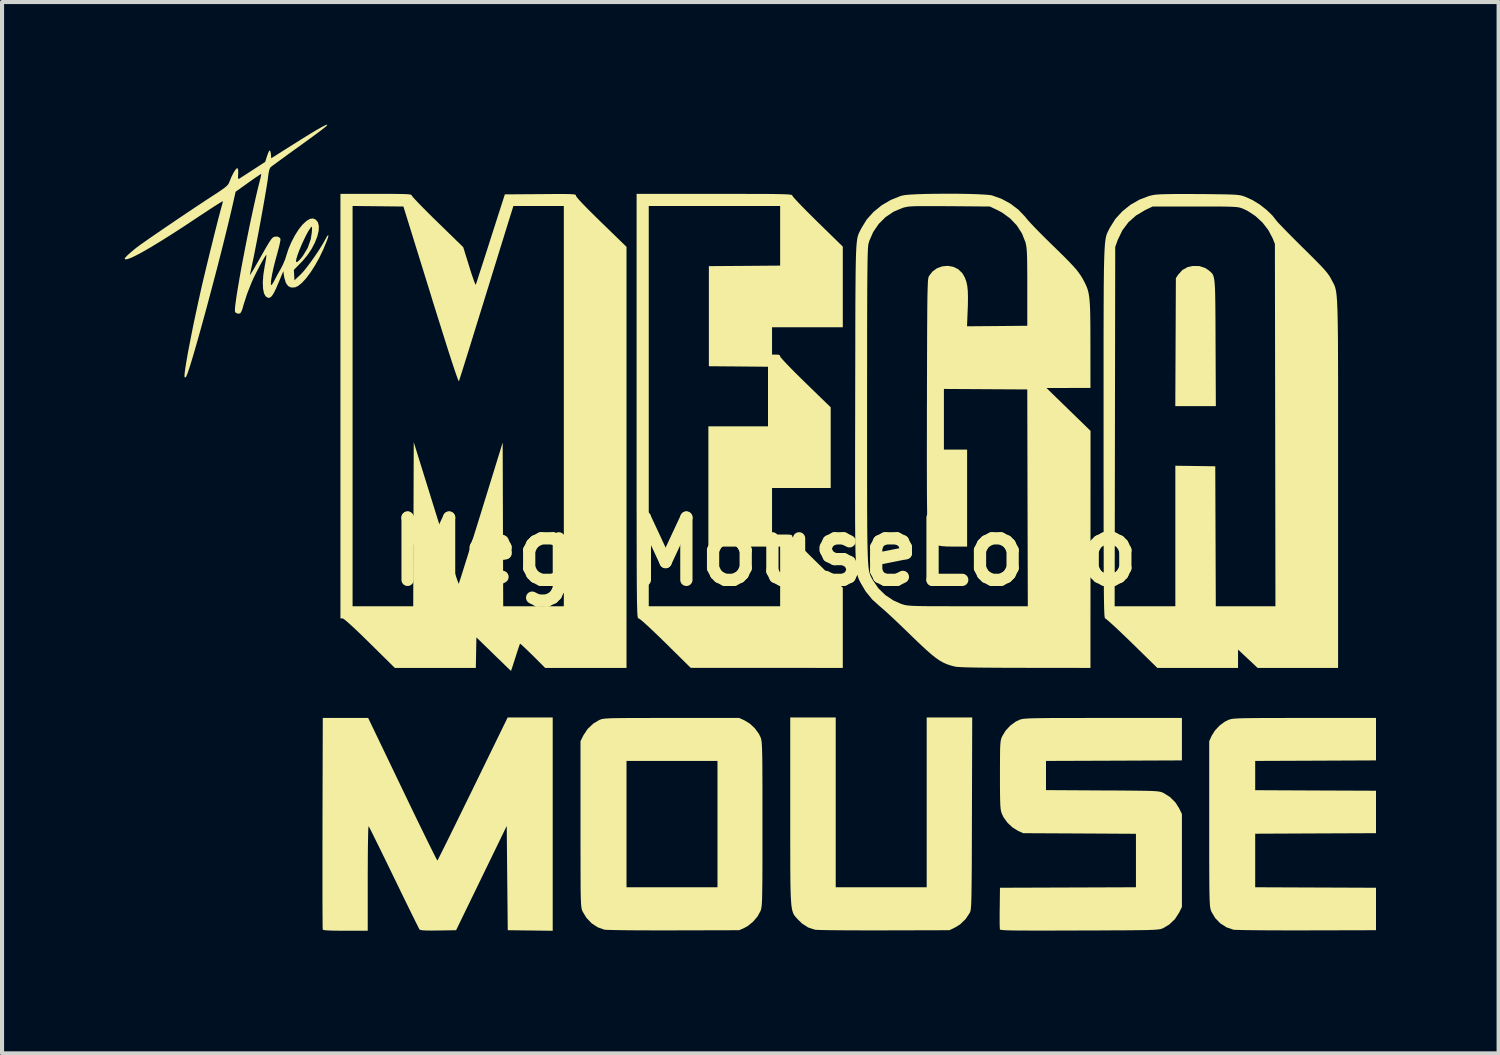
<source format=kicad_pcb>
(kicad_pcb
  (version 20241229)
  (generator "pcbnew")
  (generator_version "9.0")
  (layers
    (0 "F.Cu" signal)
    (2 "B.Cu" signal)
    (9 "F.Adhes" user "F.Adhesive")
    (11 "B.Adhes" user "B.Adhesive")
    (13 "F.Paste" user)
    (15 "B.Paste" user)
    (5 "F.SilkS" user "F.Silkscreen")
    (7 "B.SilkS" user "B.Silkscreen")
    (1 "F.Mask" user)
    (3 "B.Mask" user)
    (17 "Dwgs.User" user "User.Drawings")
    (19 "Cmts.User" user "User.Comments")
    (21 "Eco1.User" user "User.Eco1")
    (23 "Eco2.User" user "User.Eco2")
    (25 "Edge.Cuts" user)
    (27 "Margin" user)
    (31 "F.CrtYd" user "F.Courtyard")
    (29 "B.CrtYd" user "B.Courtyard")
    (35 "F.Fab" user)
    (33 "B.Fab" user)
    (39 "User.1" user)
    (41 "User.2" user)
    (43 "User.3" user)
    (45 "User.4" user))
  (footprint "MegaMouseLogo"
    (layer "F.Cu")
    (at 15.668 10.449)
    (property "Reference" "MegaMouseLogo" (at 0 0 0) (layer "F.SilkS") (effects (font (size 1.524 1.524) (thickness 0.3))))
    (attr board_only exclude_from_pos_files exclude_from_bom)
    (fp_poly (pts (xy 10.631 -6.988) (xy 10.773 -6.941) (xy 10.859 -6.883) (xy 10.89 -6.857) (xy 10.917 -6.833) (xy 10.94 -6.808) (xy 10.96 -6.778) (xy 10.975 -6.739) (xy 10.988 -6.688) (xy 10.998 -6.62) (xy 11.006 -6.532) (xy 11.012 -6.419) (xy 11.016 -6.28) (xy 11.019 -6.108) (xy 11.021 -5.902) (xy 11.023 -5.656) (xy 11.024 -5.367) (xy 11.025 -5.113) (xy 11.032 -3.561) (xy 10.04 -3.561) (xy 10.047 -5.128) (xy 10.054 -6.694) (xy 10.113 -6.781) (xy 10.216 -6.894) (xy 10.343 -6.964) (xy 10.468 -6.991)) (stroke (width 0) (type solid)) (fill yes) (layer "F.SilkS"))
    (fp_poly (pts (xy 1.731 8.211) (xy 3.957 8.211) (xy 3.957 4.056) (xy 5.071 4.056) (xy 5.064 6.399) (xy 5.063 6.794) (xy 5.062 7.141) (xy 5.061 7.446) (xy 5.06 7.709) (xy 5.058 7.936) (xy 5.056 8.128) (xy 5.054 8.29) (xy 5.052 8.423) (xy 5.049 8.53) (xy 5.046 8.616) (xy 5.042 8.683) (xy 5.037 8.733) (xy 5.032 8.771) (xy 5.026 8.798) (xy 5.019 8.819) (xy 5.013 8.833) (xy 4.91 8.989) (xy 4.775 9.119) (xy 4.655 9.193) (xy 4.514 9.262) (xy 2.918 9.266) (xy 2.639 9.267) (xy 2.372 9.266) (xy 2.122 9.265) (xy 1.893 9.264) (xy 1.69 9.262) (xy 1.518 9.26) (xy 1.38 9.257) (xy 1.282 9.254) (xy 1.227 9.25) (xy 1.22 9.249) (xy 1.056 9.195) (xy 0.909 9.1) (xy 0.807 9.001) (xy 0.776 8.968) (xy 0.749 8.937) (xy 0.725 8.907) (xy 0.704 8.875) (xy 0.686 8.836) (xy 0.671 8.789) (xy 0.658 8.73) (xy 0.647 8.656) (xy 0.639 8.563) (xy 0.632 8.45) (xy 0.627 8.312) (xy 0.623 8.147) (xy 0.621 7.951) (xy 0.619 7.722) (xy 0.619 7.456) (xy 0.618 7.151) (xy 0.618 6.802) (xy 0.618 6.408) (xy 0.618 6.339) (xy 0.618 4.056) (xy 1.731 4.056)) (stroke (width 0) (type solid)) (fill yes) (layer "F.SilkS"))
    (fp_poly (pts (xy 14.951 5.107) (xy 13.473 5.114) (xy 11.995 5.12) (xy 11.995 5.836) (xy 13.473 5.843) (xy 14.951 5.849) (xy 14.951 6.888) (xy 13.473 6.894) (xy 11.995 6.901) (xy 11.995 8.211) (xy 13.473 8.217) (xy 14.951 8.223) (xy 14.951 9.262) (xy 13.256 9.266) (xy 12.969 9.266) (xy 12.693 9.266) (xy 12.434 9.265) (xy 12.197 9.264) (xy 11.985 9.262) (xy 11.802 9.26) (xy 11.654 9.257) (xy 11.544 9.254) (xy 11.477 9.251) (xy 11.46 9.249) (xy 11.292 9.191) (xy 11.14 9.093) (xy 11.014 8.963) (xy 10.924 8.809) (xy 10.917 8.791) (xy 10.908 8.767) (xy 10.901 8.74) (xy 10.895 8.707) (xy 10.889 8.665) (xy 10.885 8.61) (xy 10.881 8.538) (xy 10.878 8.447) (xy 10.875 8.332) (xy 10.873 8.192) (xy 10.872 8.021) (xy 10.871 7.818) (xy 10.87 7.578) (xy 10.87 7.298) (xy 10.87 6.975) (xy 10.87 6.653) (xy 10.87 4.637) (xy 10.928 4.508) (xy 11.01 4.376) (xy 11.124 4.254) (xy 11.256 4.157) (xy 11.34 4.116) (xy 11.366 4.107) (xy 11.394 4.099) (xy 11.429 4.092) (xy 11.474 4.086) (xy 11.533 4.082) (xy 11.609 4.078) (xy 11.706 4.075) (xy 11.828 4.073) (xy 11.978 4.071) (xy 12.16 4.07) (xy 12.378 4.069) (xy 12.635 4.069) (xy 12.935 4.068) (xy 13.207 4.068) (xy 14.951 4.068)) (stroke (width 0) (type solid)) (fill yes) (layer "F.SilkS"))
    (fp_poly (pts (xy -5.194 9.276) (xy -5.744 9.269) (xy -6.294 9.262) (xy -6.307 7.987) (xy -6.319 6.711) (xy -7.558 9.262) (xy -7.992 9.269) (xy -8.161 9.271) (xy -8.286 9.269) (xy -8.372 9.265) (xy -8.425 9.257) (xy -8.451 9.246) (xy -8.452 9.244) (xy -8.468 9.217) (xy -8.502 9.149) (xy -8.555 9.044) (xy -8.622 8.908) (xy -8.703 8.744) (xy -8.795 8.555) (xy -8.897 8.347) (xy -9.005 8.124) (xy -9.077 7.976) (xy -9.189 7.745) (xy -9.295 7.527) (xy -9.393 7.327) (xy -9.481 7.148) (xy -9.557 6.994) (xy -9.618 6.87) (xy -9.664 6.78) (xy -9.691 6.728) (xy -9.698 6.716) (xy -9.702 6.735) (xy -9.707 6.8) (xy -9.71 6.907) (xy -9.713 7.053) (xy -9.716 7.233) (xy -9.718 7.445) (xy -9.719 7.684) (xy -9.72 7.947) (xy -9.72 7.984) (xy -9.72 9.275) (xy -10.265 9.275) (xy -10.454 9.274) (xy -10.598 9.272) (xy -10.703 9.267) (xy -10.772 9.261) (xy -10.81 9.253) (xy -10.821 9.244) (xy -10.823 9.215) (xy -10.824 9.141) (xy -10.825 9.023) (xy -10.826 8.866) (xy -10.827 8.673) (xy -10.828 8.446) (xy -10.828 8.19) (xy -10.828 7.908) (xy -10.828 7.602) (xy -10.828 7.277) (xy -10.827 6.936) (xy -10.827 6.641) (xy -10.82 4.068) (xy -9.71 4.068) (xy -8.87 5.817) (xy -8.738 6.092) (xy -8.612 6.354) (xy -8.494 6.598) (xy -8.384 6.822) (xy -8.286 7.023) (xy -8.2 7.197) (xy -8.129 7.34) (xy -8.074 7.45) (xy -8.036 7.523) (xy -8.017 7.555) (xy -8.015 7.557) (xy -8.002 7.534) (xy -7.969 7.469) (xy -7.918 7.367) (xy -7.85 7.231) (xy -7.767 7.064) (xy -7.671 6.869) (xy -7.563 6.65) (xy -7.446 6.41) (xy -7.32 6.153) (xy -7.187 5.882) (xy -7.148 5.802) (xy -6.296 4.056) (xy -5.194 4.056)) (stroke (width 0) (type solid)) (fill yes) (layer "F.SilkS"))
    (fp_poly (pts (xy -0.502 4.127) (xy -0.369 4.208) (xy -0.247 4.323) (xy -0.151 4.454) (xy -0.109 4.539) (xy -0.101 4.563) (xy -0.093 4.59) (xy -0.087 4.622) (xy -0.081 4.665) (xy -0.077 4.72) (xy -0.073 4.791) (xy -0.07 4.882) (xy -0.067 4.996) (xy -0.065 5.136) (xy -0.064 5.305) (xy -0.063 5.508) (xy -0.062 5.748) (xy -0.062 6.027) (xy -0.062 6.349) (xy -0.062 6.665) (xy -0.062 7.028) (xy -0.062 7.344) (xy -0.062 7.617) (xy -0.063 7.852) (xy -0.064 8.05) (xy -0.066 8.215) (xy -0.068 8.352) (xy -0.07 8.462) (xy -0.073 8.55) (xy -0.077 8.619) (xy -0.082 8.672) (xy -0.088 8.713) (xy -0.094 8.745) (xy -0.102 8.771) (xy -0.109 8.792) (xy -0.183 8.926) (xy -0.291 9.053) (xy -0.418 9.157) (xy -0.502 9.204) (xy -0.631 9.262) (xy -2.226 9.266) (xy -2.505 9.267) (xy -2.773 9.266) (xy -3.023 9.265) (xy -3.253 9.264) (xy -3.456 9.262) (xy -3.629 9.259) (xy -3.768 9.256) (xy -3.867 9.253) (xy -3.922 9.25) (xy -3.929 9.249) (xy -4.092 9.191) (xy -4.242 9.093) (xy -4.369 8.959) (xy -4.462 8.806) (xy -4.471 8.785) (xy -4.479 8.763) (xy -4.486 8.737) (xy -4.492 8.703) (xy -4.497 8.658) (xy -4.501 8.598) (xy -4.505 8.521) (xy -4.508 8.423) (xy -4.51 8.3) (xy -4.511 8.211) (xy -3.388 8.211) (xy -1.162 8.211) (xy -1.162 5.12) (xy -3.388 5.12) (xy -3.388 8.211) (xy -4.511 8.211) (xy -4.511 8.15) (xy -4.512 7.969) (xy -4.513 7.753) (xy -4.513 7.5) (xy -4.514 7.206) (xy -4.514 6.867) (xy -4.514 6.665) (xy -4.514 4.637) (xy -4.445 4.497) (xy -4.34 4.338) (xy -4.2 4.205) (xy -4.059 4.121) (xy -4.036 4.111) (xy -4.012 4.102) (xy -3.983 4.094) (xy -3.946 4.088) (xy -3.897 4.083) (xy -3.832 4.079) (xy -3.748 4.075) (xy -3.64 4.073) (xy -3.505 4.071) (xy -3.34 4.07) (xy -3.141 4.069) (xy -2.903 4.069) (xy -2.623 4.068) (xy -2.298 4.068) (xy -0.631 4.068)) (stroke (width 0) (type solid)) (fill yes) (layer "F.SilkS"))
    (fp_poly (pts (xy -0.884 -8.755) (xy -0.577 -8.755) (xy -0.313 -8.754) (xy -0.089 -8.754) (xy 0.098 -8.753) (xy 0.252 -8.751) (xy 0.376 -8.749) (xy 0.472 -8.746) (xy 0.545 -8.743) (xy 0.598 -8.739) (xy 0.633 -8.734) (xy 0.655 -8.728) (xy 0.665 -8.722) (xy 0.668 -8.714) (xy 0.668 -8.714) (xy 0.685 -8.688) (xy 0.734 -8.631) (xy 0.81 -8.549) (xy 0.91 -8.445) (xy 1.029 -8.324) (xy 1.164 -8.189) (xy 1.286 -8.069) (xy 1.904 -7.465) (xy 1.904 -5.491) (xy 0.173 -5.491) (xy 0.173 -4.823) (xy 0.272 -4.823) (xy 0.338 -4.818) (xy 0.367 -4.8) (xy 0.371 -4.779) (xy 0.388 -4.751) (xy 0.438 -4.693) (xy 0.516 -4.609) (xy 0.619 -4.502) (xy 0.743 -4.376) (xy 0.885 -4.236) (xy 0.989 -4.134) (xy 1.608 -3.533) (xy 1.608 -1.558) (xy 0.173 -1.558) (xy 0.173 -0.42) (xy 0.42 -0.42) (xy 0.533 -0.42) (xy 0.605 -0.416) (xy 0.646 -0.409) (xy 0.664 -0.395) (xy 0.668 -0.373) (xy 0.668 -0.373) (xy 0.686 -0.343) (xy 0.737 -0.281) (xy 0.821 -0.19) (xy 0.933 -0.073) (xy 1.073 0.068) (xy 1.238 0.231) (xy 1.286 0.278) (xy 1.904 0.882) (xy 1.904 2.844) (xy 0.043 2.843) (xy -1.818 2.842) (xy -2.431 2.237) (xy -2.601 2.071) (xy -2.751 1.928) (xy -2.876 1.81) (xy -2.976 1.721) (xy -3.047 1.661) (xy -3.088 1.634) (xy -3.093 1.632) (xy -3.099 1.632) (xy -3.104 1.628) (xy -3.108 1.62) (xy -3.113 1.606) (xy -3.116 1.582) (xy -3.12 1.549) (xy -3.123 1.502) (xy -3.126 1.442) (xy -3.128 1.364) (xy -3.129 1.336) (xy -2.844 1.336) (xy 0.371 1.336) (xy 0.371 -0.124) (xy -1.385 -0.124) (xy -1.385 -3.067) (xy 0.074 -3.067) (xy 0.074 -4.525) (xy -0.649 -4.532) (xy -1.373 -4.538) (xy -1.373 -6.987) (xy -0.501 -6.993) (xy 0.371 -7) (xy 0.371 -8.458) (xy -2.844 -8.458) (xy -2.844 1.336) (xy -3.129 1.336) (xy -3.131 1.269) (xy -3.133 1.153) (xy -3.134 1.014) (xy -3.136 0.851) (xy -3.137 0.662) (xy -3.138 0.445) (xy -3.139 0.197) (xy -3.139 -0.083) (xy -3.14 -0.397) (xy -3.14 -0.747) (xy -3.141 -1.136) (xy -3.141 -1.564) (xy -3.141 -2.035) (xy -3.141 -2.55) (xy -3.141 -3.11) (xy -3.141 -3.561) (xy -3.141 -8.755) (xy -1.237 -8.755)) (stroke (width 0) (type solid)) (fill yes) (layer "F.SilkS"))
    (fp_poly (pts (xy 10.202 5.107) (xy 8.539 5.114) (xy 6.876 5.12) (xy 6.876 5.834) (xy 8.254 5.842) (xy 8.551 5.843) (xy 8.801 5.845) (xy 9.011 5.847) (xy 9.184 5.849) (xy 9.324 5.851) (xy 9.435 5.854) (xy 9.521 5.858) (xy 9.588 5.863) (xy 9.638 5.869) (xy 9.675 5.876) (xy 9.705 5.884) (xy 9.731 5.895) (xy 9.748 5.902) (xy 9.91 6.003) (xy 10.046 6.14) (xy 10.133 6.278) (xy 10.202 6.418) (xy 10.202 8.693) (xy 10.133 8.833) (xy 10.029 8.993) (xy 9.888 9.125) (xy 9.748 9.209) (xy 9.726 9.219) (xy 9.703 9.227) (xy 9.676 9.235) (xy 9.641 9.241) (xy 9.595 9.246) (xy 9.534 9.251) (xy 9.455 9.254) (xy 9.355 9.258) (xy 9.23 9.26) (xy 9.076 9.262) (xy 8.891 9.264) (xy 8.67 9.265) (xy 8.411 9.266) (xy 8.11 9.268) (xy 7.763 9.269) (xy 7.697 9.269) (xy 7.332 9.27) (xy 7.014 9.271) (xy 6.739 9.271) (xy 6.505 9.271) (xy 6.309 9.27) (xy 6.147 9.269) (xy 6.018 9.267) (xy 5.918 9.264) (xy 5.844 9.26) (xy 5.793 9.256) (xy 5.763 9.251) (xy 5.75 9.245) (xy 5.749 9.244) (xy 5.746 9.21) (xy 5.743 9.135) (xy 5.742 9.026) (xy 5.742 8.893) (xy 5.743 8.742) (xy 5.744 8.717) (xy 5.75 8.223) (xy 7.413 8.217) (xy 9.077 8.211) (xy 9.077 6.903) (xy 7.698 6.895) (xy 6.319 6.888) (xy 6.19 6.83) (xy 6.058 6.748) (xy 5.936 6.634) (xy 5.839 6.502) (xy 5.798 6.417) (xy 5.785 6.38) (xy 5.774 6.34) (xy 5.766 6.29) (xy 5.76 6.225) (xy 5.756 6.14) (xy 5.753 6.029) (xy 5.751 5.885) (xy 5.75 5.704) (xy 5.75 5.479) (xy 5.75 5.466) (xy 5.75 5.241) (xy 5.751 5.061) (xy 5.752 4.918) (xy 5.754 4.808) (xy 5.758 4.724) (xy 5.764 4.661) (xy 5.771 4.613) (xy 5.781 4.575) (xy 5.794 4.54) (xy 5.809 4.508) (xy 5.89 4.376) (xy 6.004 4.254) (xy 6.136 4.157) (xy 6.221 4.116) (xy 6.245 4.107) (xy 6.272 4.1) (xy 6.306 4.093) (xy 6.349 4.087) (xy 6.405 4.083) (xy 6.477 4.079) (xy 6.57 4.076) (xy 6.686 4.074) (xy 6.828 4.072) (xy 7.001 4.07) (xy 7.208 4.069) (xy 7.452 4.069) (xy 7.737 4.069) (xy 8.065 4.068) (xy 8.273 4.068) (xy 10.202 4.068)) (stroke (width 0) (type solid)) (fill yes) (layer "F.SilkS"))
    (fp_poly (pts (xy -9.289 -8.755) (xy -9.104 -8.755) (xy -8.958 -8.753) (xy -8.846 -8.751) (xy -8.765 -8.748) (xy -8.709 -8.743) (xy -8.673 -8.737) (xy -8.653 -8.729) (xy -8.643 -8.718) (xy -8.64 -8.709) (xy -8.62 -8.682) (xy -8.568 -8.625) (xy -8.489 -8.541) (xy -8.387 -8.436) (xy -8.266 -8.314) (xy -8.13 -8.179) (xy -8.005 -8.057) (xy -7.383 -7.451) (xy -7.235 -6.974) (xy -7.191 -6.832) (xy -7.15 -6.711) (xy -7.116 -6.615) (xy -7.091 -6.553) (xy -7.077 -6.531) (xy -7.076 -6.532) (xy -7.066 -6.562) (xy -7.042 -6.634) (xy -7.007 -6.744) (xy -6.961 -6.886) (xy -6.906 -7.056) (xy -6.844 -7.249) (xy -6.776 -7.46) (xy -6.714 -7.655) (xy -6.365 -8.743) (xy -5.495 -8.749) (xy -5.265 -8.751) (xy -5.079 -8.752) (xy -4.933 -8.752) (xy -4.823 -8.751) (xy -4.742 -8.748) (xy -4.687 -8.744) (xy -4.653 -8.739) (xy -4.634 -8.731) (xy -4.626 -8.72) (xy -4.625 -8.708) (xy -4.607 -8.677) (xy -4.555 -8.615) (xy -4.47 -8.523) (xy -4.354 -8.403) (xy -4.209 -8.259) (xy -4.038 -8.09) (xy -4.007 -8.06) (xy -3.388 -7.459) (xy -3.388 2.844) (xy -5.379 2.844) (xy -5.681 2.542) (xy -5.78 2.445) (xy -5.867 2.362) (xy -5.935 2.298) (xy -5.98 2.26) (xy -5.994 2.252) (xy -6.005 2.278) (xy -6.027 2.343) (xy -6.058 2.437) (xy -6.095 2.552) (xy -6.107 2.591) (xy -6.145 2.709) (xy -6.177 2.808) (xy -6.201 2.879) (xy -6.214 2.915) (xy -6.215 2.917) (xy -6.233 2.9) (xy -6.282 2.854) (xy -6.357 2.782) (xy -6.451 2.69) (xy -6.562 2.583) (xy -6.641 2.506) (xy -7.061 2.097) (xy -7.068 2.471) (xy -7.075 2.844) (xy -9.057 2.844) (xy -9.671 2.238) (xy -9.86 2.053) (xy -10.019 1.901) (xy -10.147 1.782) (xy -10.244 1.697) (xy -10.307 1.647) (xy -10.337 1.632) (xy -10.388 1.632) (xy -10.388 -8.459) (xy -10.091 -8.459) (xy -10.091 1.336) (xy -8.607 1.336) (xy -8.601 -0.672) (xy -8.594 -2.679) (xy -8.051 -0.932) (xy -7.963 -0.65) (xy -7.879 -0.383) (xy -7.801 -0.134) (xy -7.728 0.092) (xy -7.663 0.293) (xy -7.607 0.464) (xy -7.561 0.603) (xy -7.525 0.705) (xy -7.502 0.767) (xy -7.492 0.785) (xy -7.492 0.785) (xy -7.483 0.757) (xy -7.46 0.685) (xy -7.424 0.574) (xy -7.378 0.427) (xy -7.322 0.248) (xy -7.257 0.04) (xy -7.185 -0.191) (xy -7.107 -0.444) (xy -7.023 -0.713) (xy -6.947 -0.958) (xy -6.418 -2.671) (xy -6.412 -0.667) (xy -6.405 1.336) (xy -4.922 1.336) (xy -4.922 -8.458) (xy -6.156 -8.458) (xy -6.255 -8.143) (xy -6.278 -8.068) (xy -6.315 -7.95) (xy -6.363 -7.794) (xy -6.422 -7.604) (xy -6.49 -7.385) (xy -6.565 -7.141) (xy -6.647 -6.877) (xy -6.733 -6.598) (xy -6.823 -6.307) (xy -6.911 -6.022) (xy -7.001 -5.733) (xy -7.086 -5.458) (xy -7.166 -5.199) (xy -7.24 -4.96) (xy -7.307 -4.746) (xy -7.365 -4.561) (xy -7.413 -4.406) (xy -7.451 -4.288) (xy -7.476 -4.209) (xy -7.488 -4.173) (xy -7.488 -4.171) (xy -7.498 -4.181) (xy -7.518 -4.229) (xy -7.55 -4.317) (xy -7.594 -4.445) (xy -7.65 -4.614) (xy -7.719 -4.825) (xy -7.8 -5.08) (xy -7.894 -5.379) (xy -8.002 -5.722) (xy -8.124 -6.112) (xy -8.177 -6.286) (xy -8.847 -8.446) (xy -10.091 -8.459) (xy -10.388 -8.459) (xy -10.388 -8.755) (xy -9.52 -8.755)) (stroke (width 0) (type solid)) (fill yes) (layer "F.SilkS"))
    (fp_poly (pts (xy 10.584 -8.751) (xy 10.622 -8.751) (xy 10.867 -8.749) (xy 11.067 -8.746) (xy 11.229 -8.744) (xy 11.357 -8.741) (xy 11.458 -8.737) (xy 11.535 -8.732) (xy 11.596 -8.725) (xy 11.645 -8.717) (xy 11.687 -8.706) (xy 11.728 -8.692) (xy 11.748 -8.685) (xy 11.926 -8.605) (xy 12.107 -8.494) (xy 12.276 -8.362) (xy 12.421 -8.22) (xy 12.513 -8.102) (xy 12.541 -8.068) (xy 12.6 -8.005) (xy 12.686 -7.916) (xy 12.793 -7.806) (xy 12.918 -7.68) (xy 13.056 -7.542) (xy 13.164 -7.435) (xy 13.331 -7.27) (xy 13.466 -7.135) (xy 13.574 -7.025) (xy 13.658 -6.936) (xy 13.723 -6.862) (xy 13.772 -6.801) (xy 13.81 -6.747) (xy 13.841 -6.696) (xy 13.858 -6.663) (xy 13.878 -6.625) (xy 13.896 -6.592) (xy 13.913 -6.56) (xy 13.928 -6.529) (xy 13.942 -6.496) (xy 13.954 -6.458) (xy 13.965 -6.414) (xy 13.975 -6.361) (xy 13.984 -6.297) (xy 13.991 -6.22) (xy 13.998 -6.128) (xy 14.003 -6.018) (xy 14.008 -5.888) (xy 14.012 -5.737) (xy 14.015 -5.561) (xy 14.018 -5.36) (xy 14.02 -5.129) (xy 14.021 -4.868) (xy 14.022 -4.574) (xy 14.023 -4.245) (xy 14.023 -3.879) (xy 14.023 -3.473) (xy 14.023 -3.026) (xy 14.023 -2.535) (xy 14.023 -1.998) (xy 14.023 -1.677) (xy 14.023 2.844) (xy 12.054 2.844) (xy 11.814 2.619) (xy 11.575 2.395) (xy 11.575 2.844) (xy 9.6 2.844) (xy 8.981 2.238) (xy 8.835 2.097) (xy 8.7 1.967) (xy 8.579 1.853) (xy 8.476 1.759) (xy 8.396 1.688) (xy 8.344 1.645) (xy 8.324 1.632) (xy 8.319 1.629) (xy 8.315 1.617) (xy 8.311 1.595) (xy 8.307 1.561) (xy 8.304 1.512) (xy 8.301 1.446) (xy 8.298 1.362) (xy 8.298 1.336) (xy 8.556 1.336) (xy 10.041 1.336) (xy 10.041 -2.103) (xy 11.018 -2.09) (xy 11.031 1.336) (xy 12.49 1.336) (xy 12.484 -3.098) (xy 12.477 -7.531) (xy 12.42 -7.673) (xy 12.316 -7.869) (xy 12.174 -8.053) (xy 12.002 -8.212) (xy 11.811 -8.338) (xy 11.704 -8.389) (xy 11.669 -8.403) (xy 11.634 -8.414) (xy 11.596 -8.424) (xy 11.549 -8.431) (xy 11.489 -8.436) (xy 11.409 -8.44) (xy 11.306 -8.443) (xy 11.174 -8.445) (xy 11.008 -8.446) (xy 10.803 -8.446) (xy 10.555 -8.446) (xy 9.485 -8.446) (xy 9.299 -8.357) (xy 9.078 -8.225) (xy 8.892 -8.059) (xy 8.743 -7.86) (xy 8.632 -7.63) (xy 8.627 -7.615) (xy 8.57 -7.457) (xy 8.563 -3.061) (xy 8.556 1.336) (xy 8.298 1.336) (xy 8.296 1.257) (xy 8.294 1.13) (xy 8.292 0.978) (xy 8.291 0.799) (xy 8.29 0.591) (xy 8.288 0.352) (xy 8.288 0.081) (xy 8.287 -0.226) (xy 8.286 -0.57) (xy 8.286 -0.953) (xy 8.286 -1.377) (xy 8.285 -1.845) (xy 8.285 -2.358) (xy 8.285 -2.918) (xy 8.285 -2.921) (xy 8.285 -3.487) (xy 8.285 -4.006) (xy 8.285 -4.48) (xy 8.285 -4.911) (xy 8.285 -5.301) (xy 8.286 -5.653) (xy 8.287 -5.968) (xy 8.288 -6.249) (xy 8.289 -6.498) (xy 8.292 -6.717) (xy 8.294 -6.909) (xy 8.298 -7.075) (xy 8.302 -7.218) (xy 8.307 -7.34) (xy 8.313 -7.443) (xy 8.319 -7.53) (xy 8.327 -7.601) (xy 8.336 -7.661) (xy 8.346 -7.71) (xy 8.357 -7.752) (xy 8.37 -7.787) (xy 8.384 -7.82) (xy 8.399 -7.85) (xy 8.416 -7.882) (xy 8.434 -7.916) (xy 8.446 -7.939) (xy 8.575 -8.144) (xy 8.744 -8.328) (xy 8.943 -8.488) (xy 9.164 -8.615) (xy 9.399 -8.704) (xy 9.51 -8.73) (xy 9.58 -8.738) (xy 9.691 -8.745) (xy 9.846 -8.749) (xy 10.045 -8.752) (xy 10.291 -8.752)) (stroke (width 0) (type solid)) (fill yes) (layer "F.SilkS"))
    (fp_poly (pts (xy 4.718 -8.758) (xy 4.923 -8.755) (xy 5.113 -8.75) (xy 5.279 -8.743) (xy 5.415 -8.735) (xy 5.514 -8.725) (xy 5.553 -8.718) (xy 5.782 -8.637) (xy 6.001 -8.519) (xy 6.198 -8.371) (xy 6.361 -8.201) (xy 6.388 -8.167) (xy 6.433 -8.112) (xy 6.509 -8.029) (xy 6.608 -7.924) (xy 6.726 -7.804) (xy 6.857 -7.673) (xy 6.994 -7.538) (xy 6.999 -7.533) (xy 7.177 -7.36) (xy 7.324 -7.215) (xy 7.442 -7.095) (xy 7.538 -6.994) (xy 7.614 -6.908) (xy 7.674 -6.831) (xy 7.724 -6.76) (xy 7.768 -6.689) (xy 7.804 -6.622) (xy 7.84 -6.552) (xy 7.87 -6.485) (xy 7.895 -6.417) (xy 7.915 -6.342) (xy 7.93 -6.256) (xy 7.942 -6.153) (xy 7.951 -6.028) (xy 7.957 -5.877) (xy 7.96 -5.694) (xy 7.962 -5.474) (xy 7.963 -5.212) (xy 7.963 -5.064) (xy 7.964 -4.007) (xy 6.888 -4.005) (xy 7.966 -2.956) (xy 7.964 2.844) (xy 6.362 2.842) (xy 6.01 2.841) (xy 5.704 2.84) (xy 5.442 2.838) (xy 5.222 2.836) (xy 5.041 2.833) (xy 4.896 2.829) (xy 4.784 2.824) (xy 4.704 2.819) (xy 4.651 2.812) (xy 4.637 2.809) (xy 4.539 2.783) (xy 4.449 2.752) (xy 4.363 2.714) (xy 4.276 2.665) (xy 4.183 2.601) (xy 4.079 2.519) (xy 3.959 2.414) (xy 3.818 2.284) (xy 3.651 2.125) (xy 3.506 1.984) (xy 3.361 1.844) (xy 3.221 1.71) (xy 3.09 1.587) (xy 2.975 1.481) (xy 2.881 1.397) (xy 2.815 1.341) (xy 2.802 1.33) (xy 2.622 1.167) (xy 2.464 0.972) (xy 2.349 0.779) (xy 2.329 0.741) (xy 2.312 0.707) (xy 2.296 0.673) (xy 2.282 0.638) (xy 2.27 0.598) (xy 2.258 0.553) (xy 2.248 0.499) (xy 2.239 0.434) (xy 2.232 0.356) (xy 2.225 0.262) (xy 2.22 0.151) (xy 2.215 0.018) (xy 2.212 -0.137) (xy 2.209 -0.317) (xy 2.207 -0.524) (xy 2.205 -0.761) (xy 2.205 -1.03) (xy 2.204 -1.334) (xy 2.204 -1.675) (xy 2.205 -2.055) (xy 2.205 -2.476) (xy 2.205 -2.567) (xy 2.498 -2.567) (xy 2.498 -2.139) (xy 2.498 -1.753) (xy 2.499 -1.407) (xy 2.499 -1.098) (xy 2.501 -0.825) (xy 2.502 -0.585) (xy 2.504 -0.375) (xy 2.507 -0.193) (xy 2.511 -0.037) (xy 2.515 0.096) (xy 2.52 0.208) (xy 2.526 0.301) (xy 2.533 0.378) (xy 2.541 0.441) (xy 2.551 0.492) (xy 2.562 0.535) (xy 2.574 0.57) (xy 2.587 0.602) (xy 2.602 0.631) (xy 2.619 0.661) (xy 2.637 0.693) (xy 2.64 0.699) (xy 2.774 0.895) (xy 2.945 1.062) (xy 3.145 1.195) (xy 3.333 1.278) (xy 3.369 1.289) (xy 3.403 1.299) (xy 3.439 1.308) (xy 3.483 1.315) (xy 3.538 1.32) (xy 3.608 1.325) (xy 3.697 1.328) (xy 3.809 1.331) (xy 3.949 1.333) (xy 4.121 1.334) (xy 4.329 1.334) (xy 4.576 1.335) (xy 4.868 1.335) (xy 4.965 1.335) (xy 6.431 1.336) (xy 6.424 -1.317) (xy 6.418 -3.97) (xy 5.398 -3.976) (xy 4.378 -3.982) (xy 4.378 -2.498) (xy 4.946 -2.498) (xy 4.946 -0.124) (xy 4.624 -0.124) (xy 4.45 -0.127) (xy 4.323 -0.136) (xy 4.238 -0.152) (xy 4.219 -0.158) (xy 4.122 -0.224) (xy 4.043 -0.326) (xy 3.989 -0.454) (xy 3.982 -0.484) (xy 3.978 -0.528) (xy 3.974 -0.616) (xy 3.97 -0.749) (xy 3.968 -0.928) (xy 3.965 -1.152) (xy 3.963 -1.423) (xy 3.962 -1.74) (xy 3.961 -2.105) (xy 3.961 -2.518) (xy 3.962 -2.979) (xy 3.962 -3.489) (xy 3.963 -3.636) (xy 3.964 -4.087) (xy 3.965 -4.493) (xy 3.966 -4.853) (xy 3.967 -5.173) (xy 3.968 -5.453) (xy 3.97 -5.697) (xy 3.971 -5.907) (xy 3.973 -6.086) (xy 3.975 -6.237) (xy 3.978 -6.362) (xy 3.981 -6.463) (xy 3.984 -6.545) (xy 3.987 -6.608) (xy 3.992 -6.656) (xy 3.996 -6.691) (xy 4.002 -6.716) (xy 4.008 -6.734) (xy 4.012 -6.743) (xy 4.099 -6.856) (xy 4.211 -6.936) (xy 4.339 -6.982) (xy 4.474 -6.994) (xy 4.606 -6.971) (xy 4.726 -6.913) (xy 4.825 -6.819) (xy 4.844 -6.791) (xy 4.891 -6.705) (xy 4.926 -6.612) (xy 4.95 -6.504) (xy 4.963 -6.374) (xy 4.967 -6.213) (xy 4.964 -6.013) (xy 4.961 -5.946) (xy 4.944 -5.515) (xy 5.681 -5.521) (xy 6.418 -5.528) (xy 6.418 -6.467) (xy 6.418 -6.713) (xy 6.417 -6.914) (xy 6.415 -7.077) (xy 6.413 -7.207) (xy 6.409 -7.31) (xy 6.404 -7.39) (xy 6.397 -7.455) (xy 6.388 -7.508) (xy 6.377 -7.557) (xy 6.372 -7.575) (xy 6.288 -7.787) (xy 6.162 -7.983) (xy 5.998 -8.155) (xy 5.803 -8.297) (xy 5.694 -8.355) (xy 5.503 -8.446) (xy 4.516 -8.454) (xy 4.268 -8.455) (xy 4.063 -8.456) (xy 3.897 -8.456) (xy 3.765 -8.455) (xy 3.661 -8.453) (xy 3.58 -8.449) (xy 3.516 -8.444) (xy 3.465 -8.436) (xy 3.42 -8.426) (xy 3.377 -8.415) (xy 3.366 -8.411) (xy 3.147 -8.319) (xy 2.951 -8.187) (xy 2.782 -8.019) (xy 2.648 -7.822) (xy 2.552 -7.602) (xy 2.534 -7.54) (xy 2.529 -7.516) (xy 2.525 -7.481) (xy 2.521 -7.431) (xy 2.517 -7.366) (xy 2.514 -7.282) (xy 2.511 -7.178) (xy 2.509 -7.051) (xy 2.507 -6.899) (xy 2.505 -6.72) (xy 2.503 -6.511) (xy 2.502 -6.27) (xy 2.501 -5.996) (xy 2.5 -5.685) (xy 2.499 -5.336) (xy 2.499 -4.946) (xy 2.499 -4.513) (xy 2.498 -4.034) (xy 2.498 -3.56) (xy 2.498 -3.04) (xy 2.498 -2.567) (xy 2.205 -2.567) (xy 2.206 -2.942) (xy 2.207 -3.454) (xy 2.207 -3.642) (xy 2.208 -4.161) (xy 2.209 -4.633) (xy 2.21 -5.06) (xy 2.21 -5.445) (xy 2.211 -5.79) (xy 2.212 -6.098) (xy 2.214 -6.37) (xy 2.216 -6.61) (xy 2.218 -6.819) (xy 2.221 -7) (xy 2.224 -7.155) (xy 2.228 -7.288) (xy 2.233 -7.399) (xy 2.239 -7.492) (xy 2.246 -7.569) (xy 2.254 -7.632) (xy 2.263 -7.684) (xy 2.274 -7.727) (xy 2.286 -7.764) (xy 2.299 -7.796) (xy 2.314 -7.827) (xy 2.33 -7.858) (xy 2.348 -7.892) (xy 2.363 -7.922) (xy 2.489 -8.127) (xy 2.655 -8.313) (xy 2.854 -8.475) (xy 3.076 -8.606) (xy 3.313 -8.701) (xy 3.375 -8.718) (xy 3.446 -8.729) (xy 3.559 -8.738) (xy 3.707 -8.746) (xy 3.883 -8.752) (xy 4.079 -8.756) (xy 4.289 -8.758) (xy 4.504 -8.759)) (stroke (width 0) (type solid)) (fill yes) (layer "F.SilkS"))
    (fp_poly (pts (xy -10.71 -10.445) (xy -10.716 -10.432) (xy -10.735 -10.412) (xy -10.771 -10.381) (xy -10.827 -10.337) (xy -10.907 -10.276) (xy -11.013 -10.197) (xy -11.151 -10.097) (xy -11.321 -9.973) (xy -11.5 -9.844) (xy -11.648 -9.738) (xy -11.783 -9.639) (xy -11.902 -9.553) (xy -11.997 -9.483) (xy -12.064 -9.434) (xy -12.096 -9.408) (xy -12.097 -9.408) (xy -12.124 -9.359) (xy -12.145 -9.271) (xy -12.153 -9.214) (xy -12.165 -9.116) (xy -12.186 -8.978) (xy -12.215 -8.805) (xy -12.249 -8.605) (xy -12.288 -8.385) (xy -12.33 -8.152) (xy -12.374 -7.913) (xy -12.419 -7.675) (xy -12.464 -7.446) (xy -12.506 -7.232) (xy -12.546 -7.041) (xy -12.581 -6.88) (xy -12.604 -6.777) (xy -12.598 -6.777) (xy -12.571 -6.815) (xy -12.527 -6.885) (xy -12.47 -6.983) (xy -12.404 -7.098) (xy -12.304 -7.275) (xy -12.225 -7.414) (xy -12.163 -7.519) (xy -12.116 -7.595) (xy -12.079 -7.647) (xy -12.05 -7.68) (xy -12.025 -7.698) (xy -12.002 -7.707) (xy -12.001 -7.708) (xy -11.923 -7.71) (xy -11.869 -7.678) (xy -11.856 -7.655) (xy -11.857 -7.618) (xy -11.871 -7.544) (xy -11.895 -7.442) (xy -11.927 -7.32) (xy -11.942 -7.265) (xy -11.99 -7.091) (xy -12.03 -6.927) (xy -12.061 -6.78) (xy -12.082 -6.658) (xy -12.091 -6.569) (xy -12.088 -6.523) (xy -12.072 -6.527) (xy -12.043 -6.566) (xy -12.008 -6.628) (xy -11.959 -6.723) (xy -11.898 -6.834) (xy -11.846 -6.926) (xy -11.791 -7.034) (xy -11.76 -7.109) (xy -11.476 -7.109) (xy -11.464 -7.084) (xy -11.429 -7.1) (xy -11.372 -7.156) (xy -11.304 -7.242) (xy -11.188 -7.435) (xy -11.114 -7.647) (xy -11.088 -7.815) (xy -11.083 -7.9) (xy -11.084 -7.943) (xy -11.093 -7.952) (xy -11.112 -7.933) (xy -11.117 -7.927) (xy -11.165 -7.857) (xy -11.221 -7.757) (xy -11.28 -7.636) (xy -11.34 -7.506) (xy -11.394 -7.377) (xy -11.437 -7.261) (xy -11.466 -7.166) (xy -11.476 -7.109) (xy -11.76 -7.109) (xy -11.741 -7.154) (xy -11.712 -7.247) (xy -11.66 -7.406) (xy -11.587 -7.577) (xy -11.5 -7.743) (xy -11.406 -7.891) (xy -11.319 -8) (xy -11.219 -8.093) (xy -11.135 -8.143) (xy -11.061 -8.154) (xy -10.994 -8.127) (xy -10.94 -8.064) (xy -10.916 -7.969) (xy -10.921 -7.851) (xy -10.953 -7.715) (xy -11.011 -7.567) (xy -11.09 -7.414) (xy -11.191 -7.262) (xy -11.31 -7.118) (xy -11.345 -7.082) (xy -11.528 -6.894) (xy -11.52 -6.768) (xy -11.513 -6.641) (xy -11.368 -6.777) (xy -11.299 -6.85) (xy -11.213 -6.956) (xy -11.116 -7.085) (xy -11.017 -7.225) (xy -10.921 -7.368) (xy -10.836 -7.503) (xy -10.77 -7.619) (xy -10.762 -7.634) (xy -10.718 -7.714) (xy -10.69 -7.748) (xy -10.682 -7.737) (xy -10.694 -7.681) (xy -10.718 -7.613) (xy -10.806 -7.399) (xy -10.904 -7.195) (xy -11.01 -7.005) (xy -11.119 -6.835) (xy -11.227 -6.69) (xy -11.331 -6.577) (xy -11.426 -6.5) (xy -11.501 -6.467) (xy -11.596 -6.464) (xy -11.669 -6.5) (xy -11.724 -6.579) (xy -11.761 -6.702) (xy -11.769 -6.752) (xy -11.786 -6.863) (xy -11.906 -6.574) (xy -11.969 -6.428) (xy -12.021 -6.324) (xy -12.065 -6.257) (xy -12.105 -6.22) (xy -12.145 -6.21) (xy -12.16 -6.212) (xy -12.218 -6.247) (xy -12.259 -6.324) (xy -12.282 -6.44) (xy -12.288 -6.59) (xy -12.275 -6.77) (xy -12.243 -6.976) (xy -12.241 -6.988) (xy -12.221 -7.096) (xy -12.207 -7.184) (xy -12.2 -7.243) (xy -12.2 -7.262) (xy -12.216 -7.247) (xy -12.249 -7.196) (xy -12.295 -7.117) (xy -12.35 -7.018) (xy -12.408 -6.907) (xy -12.466 -6.793) (xy -12.519 -6.684) (xy -12.562 -6.588) (xy -12.564 -6.583) (xy -12.672 -6.309) (xy -12.759 -6.04) (xy -12.785 -5.944) (xy -12.81 -5.878) (xy -12.839 -5.834) (xy -12.849 -5.828) (xy -12.91 -5.825) (xy -12.959 -5.856) (xy -12.968 -5.873) (xy -12.971 -5.917) (xy -12.964 -6.004) (xy -12.948 -6.13) (xy -12.925 -6.289) (xy -12.894 -6.477) (xy -12.858 -6.689) (xy -12.817 -6.92) (xy -12.771 -7.165) (xy -12.722 -7.419) (xy -12.671 -7.677) (xy -12.619 -7.934) (xy -12.566 -8.186) (xy -12.514 -8.428) (xy -12.463 -8.654) (xy -12.415 -8.86) (xy -12.37 -9.04) (xy -12.367 -9.051) (xy -12.345 -9.139) (xy -12.33 -9.207) (xy -12.326 -9.241) (xy -12.326 -9.243) (xy -12.348 -9.232) (xy -12.402 -9.196) (xy -12.483 -9.142) (xy -12.582 -9.072) (xy -12.643 -9.029) (xy -12.953 -8.807) (xy -13.007 -8.565) (xy -13.061 -8.33) (xy -13.122 -8.074) (xy -13.189 -7.8) (xy -13.26 -7.513) (xy -13.335 -7.216) (xy -13.413 -6.913) (xy -13.493 -6.608) (xy -13.573 -6.306) (xy -13.652 -6.01) (xy -13.73 -5.724) (xy -13.805 -5.452) (xy -13.876 -5.199) (xy -13.942 -4.968) (xy -14.002 -4.763) (xy -14.055 -4.588) (xy -14.1 -4.448) (xy -14.136 -4.345) (xy -14.162 -4.285) (xy -14.17 -4.272) (xy -14.196 -4.263) (xy -14.2 -4.266) (xy -14.205 -4.299) (xy -14.199 -4.377) (xy -14.183 -4.495) (xy -14.158 -4.649) (xy -14.126 -4.836) (xy -14.085 -5.051) (xy -14.038 -5.292) (xy -13.986 -5.552) (xy -13.927 -5.83) (xy -13.864 -6.121) (xy -13.809 -6.369) (xy -13.776 -6.516) (xy -13.735 -6.691) (xy -13.688 -6.888) (xy -13.637 -7.098) (xy -13.584 -7.316) (xy -13.53 -7.533) (xy -13.478 -7.744) (xy -13.428 -7.941) (xy -13.384 -8.116) (xy -13.345 -8.264) (xy -13.315 -8.378) (xy -13.296 -8.445) (xy -13.276 -8.516) (xy -13.267 -8.564) (xy -13.267 -8.577) (xy -13.289 -8.566) (xy -13.348 -8.53) (xy -13.437 -8.474) (xy -13.553 -8.399) (xy -13.689 -8.309) (xy -13.843 -8.208) (xy -13.941 -8.143) (xy -14.25 -7.938) (xy -14.534 -7.755) (xy -14.791 -7.594) (xy -15.018 -7.456) (xy -15.213 -7.343) (xy -15.376 -7.255) (xy -15.505 -7.193) (xy -15.597 -7.159) (xy -15.649 -7.153) (xy -15.668 -7.165) (xy -15.657 -7.191) (xy -15.613 -7.238) (xy -15.594 -7.257) (xy -15.519 -7.324) (xy -15.427 -7.401) (xy -15.359 -7.455) (xy -15.295 -7.502) (xy -15.196 -7.572) (xy -15.067 -7.662) (xy -14.914 -7.768) (xy -14.743 -7.885) (xy -14.558 -8.011) (xy -14.366 -8.141) (xy -14.173 -8.271) (xy -13.983 -8.398) (xy -13.804 -8.517) (xy -13.639 -8.626) (xy -13.547 -8.686) (xy -13.407 -8.777) (xy -13.303 -8.847) (xy -13.228 -8.901) (xy -13.176 -8.944) (xy -13.142 -8.98) (xy -13.119 -9.015) (xy -13.102 -9.055) (xy -13.097 -9.069) (xy -13.053 -9.175) (xy -13.006 -9.268) (xy -12.962 -9.339) (xy -12.926 -9.379) (xy -12.906 -9.383) (xy -12.892 -9.35) (xy -12.888 -9.28) (xy -12.891 -9.235) (xy -12.894 -9.155) (xy -12.885 -9.12) (xy -12.875 -9.12) (xy -12.846 -9.139) (xy -12.783 -9.179) (xy -12.695 -9.236) (xy -12.589 -9.304) (xy -12.539 -9.337) (xy -12.229 -9.538) (xy -12.185 -9.678) (xy -12.158 -9.753) (xy -12.133 -9.804) (xy -12.119 -9.819) (xy -12.103 -9.797) (xy -12.091 -9.742) (xy -12.089 -9.722) (xy -12.082 -9.626) (xy -11.54 -9.968) (xy -11.305 -10.116) (xy -11.11 -10.236) (xy -10.954 -10.329) (xy -10.837 -10.395) (xy -10.758 -10.435) (xy -10.717 -10.449)) (stroke (width 0) (type solid)) (fill yes) (layer "F.SilkS")))
  (gr_rect
    (start -3 -3)
    (end 33.619 22.725)
    (stroke (width 0.1) (type default))
    (fill no)
    (layer "Edge.Cuts")))
</source>
